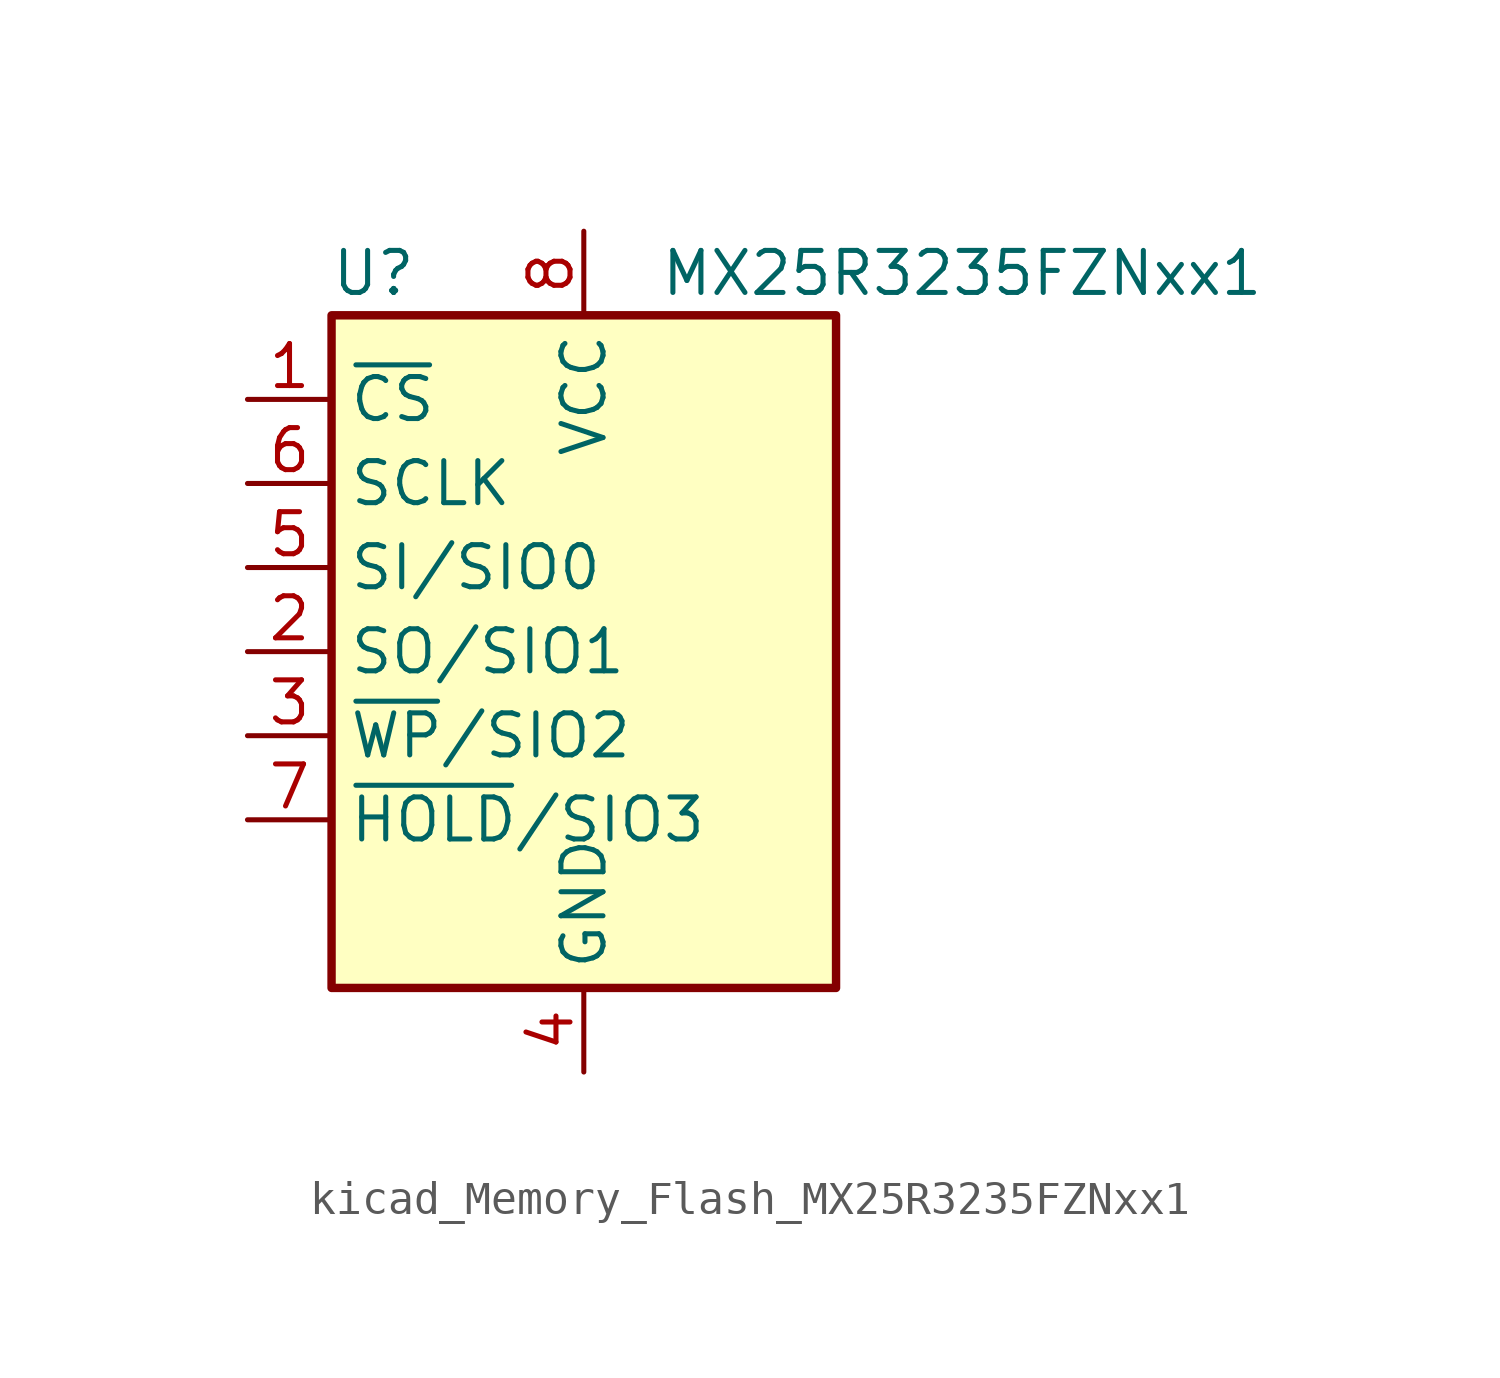
<source format=kicad_sym>
(kicad_symbol_lib
  (version 20220914)
  (generator kicad_symbol_editor)
  (symbol "kicad_Memory_Flash_MX25R3235FZNxx1"
    (property "Reference" "U"
      (at -6.35 11.43 0)
      (effects (font (size 1.27 1.27))))
    (property "Value" "MX25R3235FZNxx1"
      (at 11.43 11.43 0)
      (effects (font (size 1.27 1.27))))
    (symbol "kicad_Memory_Flash_MX25R3235FZNxx1_0_1"
      (rectangle (start -7.62 10.16) (end 7.62 -10.16) (stroke (width 0.254) (type default)) (fill (type background))))
    (symbol "kicad_Memory_Flash_MX25R3235FZNxx1_1_1"
      (pin input line (at -10.16 7.62 0) (length 2.54) (name "~{CS}" (effects (font (size 1.27 1.27)))) (number "1" (effects (font (size 1.27 1.27)))))
      (pin bidirectional line (at -10.16 0 0) (length 2.54) (name "SO/SIO1" (effects (font (size 1.27 1.27)))) (number "2" (effects (font (size 1.27 1.27)))))
      (pin bidirectional line (at -10.16 -2.54 0) (length 2.54) (name "~{WP}/SIO2" (effects (font (size 1.27 1.27)))) (number "3" (effects (font (size 1.27 1.27)))))
      (pin power_in line (at 0 -12.7 90) (length 2.54) (name "GND" (effects (font (size 1.27 1.27)))) (number "4" (effects (font (size 1.27 1.27)))))
      (pin bidirectional line (at -10.16 2.54 0) (length 2.54) (name "SI/SIO0" (effects (font (size 1.27 1.27)))) (number "5" (effects (font (size 1.27 1.27)))))
      (pin input line (at -10.16 5.08 0) (length 2.54) (name "SCLK" (effects (font (size 1.27 1.27)))) (number "6" (effects (font (size 1.27 1.27)))))
      (pin bidirectional line (at -10.16 -5.08 0) (length 2.54) (name "~{HOLD}/SIO3" (effects (font (size 1.27 1.27)))) (number "7" (effects (font (size 1.27 1.27)))))
      (pin power_in line (at 0 12.7 270) (length 2.54) (name "VCC" (effects (font (size 1.27 1.27)))) (number "8" (effects (font (size 1.27 1.27)))))
      (pin passive line (at 0 -12.7 90) (length 2.54) hide (name "GND" (effects (font (size 1.27 1.27)))) (number "9" (effects (font (size 1.27 1.27))))))))
</source>
